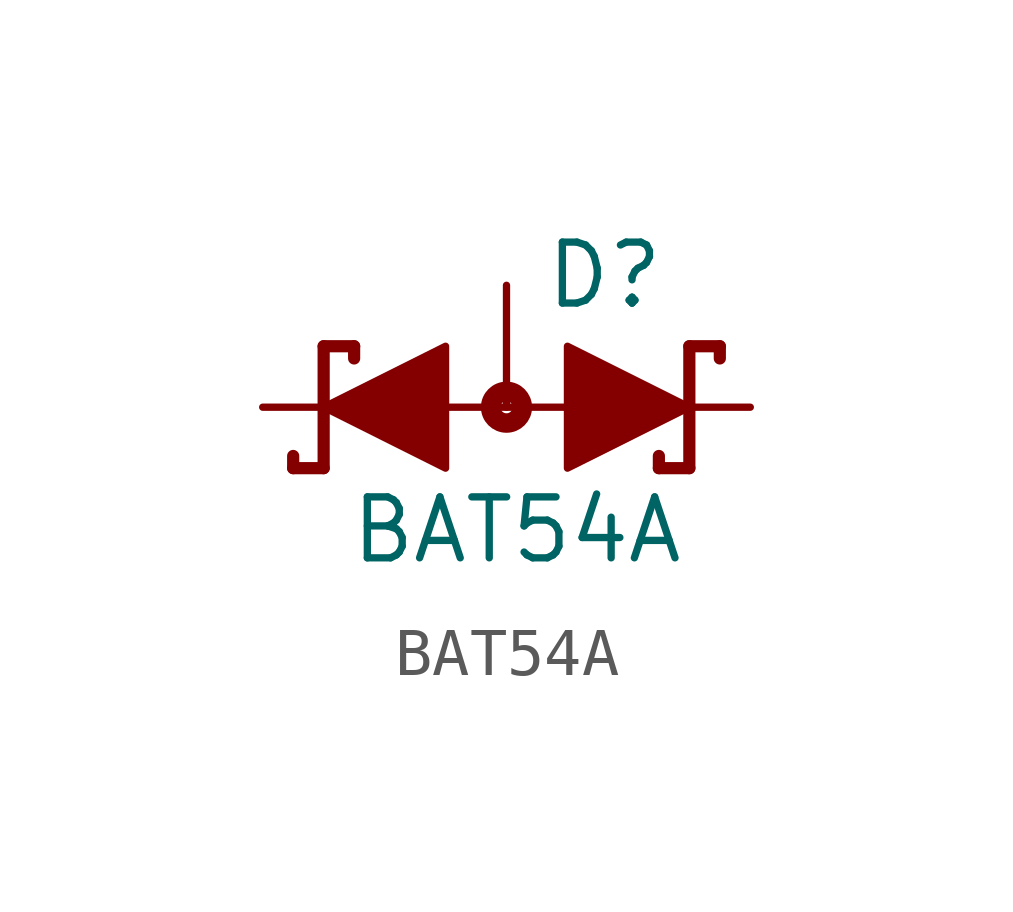
<source format=kicad_sym>
(kicad_symbol_lib
  (version 20231120)
  (generator "kicad_symbol_editor")
  (generator_version "8.0")
  (symbol "BAT54A"
    (property "Reference" "D"
      (at 0.762 2.007 0)
      (effects (font (size 1.27 1.27)) (justify left bottom)))
    (property "Value" "BAT54A"
      (at -3.302 -3.302 0)
      (effects (font (size 1.27 1.27)) (justify left bottom)))
    (symbol "BAT54A_1_0"
      (polyline (pts (xy -4.445 -1.27) (xy -3.81 -1.27)) (stroke (width 0.254) (type solid)) (fill (type none)))
      (polyline (pts (xy -4.445 -1.016) (xy -4.445 -1.27)) (stroke (width 0.254) (type solid)) (fill (type none)))
      (polyline (pts (xy -3.81 -1.27) (xy -3.81 0)) (stroke (width 0.254) (type solid)) (fill (type none)))
      (polyline (pts (xy -3.81 0) (xy -3.81 1.27)) (stroke (width 0.254) (type solid)) (fill (type none)))
      (polyline (pts (xy -3.81 1.27) (xy -3.175 1.27)) (stroke (width 0.254) (type solid)) (fill (type none)))
      (polyline (pts (xy -3.175 1.016) (xy -3.175 1.27)) (stroke (width 0.254) (type solid)) (fill (type none)))
      (polyline (pts (xy -2.54 0) (xy -3.81 0)) (stroke (width 0.152) (type solid)) (fill (type none)))
      (polyline (pts (xy -1.27 0) (xy 3.81 0)) (stroke (width 0.152) (type solid)) (fill (type none)))
      (polyline (pts (xy 2.54 0) (xy 3.81 0)) (stroke (width 0.152) (type solid)) (fill (type none)))
      (polyline (pts (xy 3.175 -1.27) (xy 3.81 -1.27)) (stroke (width 0.254) (type solid)) (fill (type none)))
      (polyline (pts (xy 3.175 -1.016) (xy 3.175 -1.27)) (stroke (width 0.254) (type solid)) (fill (type none)))
      (polyline (pts (xy 3.81 -1.27) (xy 3.81 0)) (stroke (width 0.254) (type solid)) (fill (type none)))
      (polyline (pts (xy 3.81 0) (xy 3.81 1.27)) (stroke (width 0.254) (type solid)) (fill (type none)))
      (polyline (pts (xy 3.81 1.27) (xy 4.445 1.27)) (stroke (width 0.254) (type solid)) (fill (type none)))
      (polyline (pts (xy 4.445 1.016) (xy 4.445 1.27)) (stroke (width 0.254) (type solid)) (fill (type none)))
      (circle (center 0 0) (radius 0.127) (stroke (width 0.406) (type solid)) (fill (type none)))
      (pin passive line (at -5.08 0 0) (length 2.54) (name "C1" (effects (font (size 0 0)))) (number "1" (effects (font (size 0 0)))))
      (pin passive line (at 5.08 0 180) (length 2.54) (name "C2" (effects (font (size 0 0)))) (number "2" (effects (font (size 0 0)))))
      (pin passive line (at 0 2.54 270) (length 2.54) (name "A" (effects (font (size 0 0)))) (number "3" (effects (font (size 0 0))))))
    (symbol "BAT54A_1_1"
      (polyline (pts (xy -1.27 -1.27) (xy -3.81 0) (xy -1.27 1.27) (xy -1.27 -1.27)) (stroke (width 0) (type default)) (fill (type outline)))
      (polyline (pts (xy 1.27 1.27) (xy 3.81 0) (xy 1.27 -1.27) (xy 1.27 1.27)) (stroke (width 0) (type default)) (fill (type outline))))))
</source>
